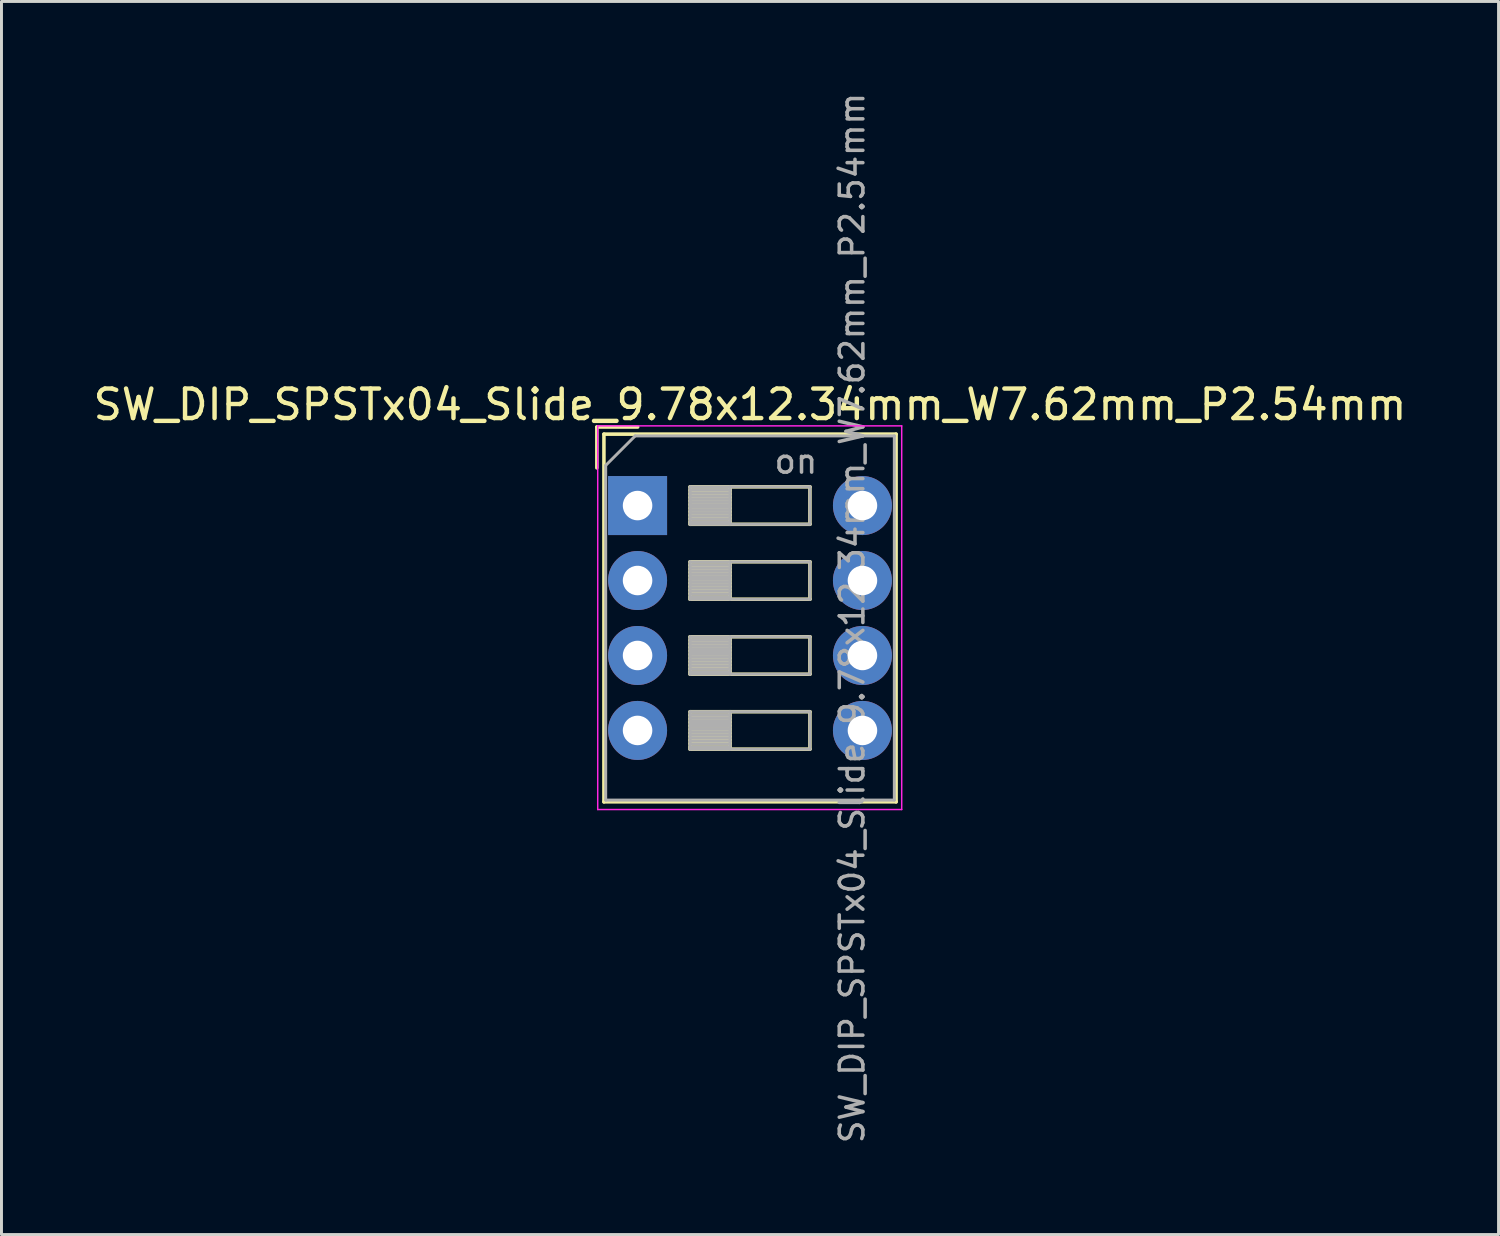
<source format=kicad_pcb>
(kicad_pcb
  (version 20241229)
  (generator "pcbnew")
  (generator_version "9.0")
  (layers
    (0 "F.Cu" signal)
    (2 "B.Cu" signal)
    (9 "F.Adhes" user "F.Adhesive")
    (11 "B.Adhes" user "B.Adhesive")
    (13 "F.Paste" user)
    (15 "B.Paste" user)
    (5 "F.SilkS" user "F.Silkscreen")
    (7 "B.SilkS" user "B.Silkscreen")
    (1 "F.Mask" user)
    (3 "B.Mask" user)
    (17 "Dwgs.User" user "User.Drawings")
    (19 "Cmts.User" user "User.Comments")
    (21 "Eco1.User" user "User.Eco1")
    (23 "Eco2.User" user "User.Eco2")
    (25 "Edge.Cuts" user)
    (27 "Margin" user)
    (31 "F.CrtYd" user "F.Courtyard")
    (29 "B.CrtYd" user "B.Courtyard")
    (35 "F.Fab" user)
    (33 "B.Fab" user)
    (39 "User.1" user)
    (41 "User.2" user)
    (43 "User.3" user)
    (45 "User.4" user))
  (footprint "SW_DIP_SPSTx04_Slide_9.78x12.34mm_W7.62mm_P2.54mm"
    (layer "F.Cu")
    (at 18.553 14.08)
    (property "Reference" "SW_DIP_SPSTx04_Slide_9.78x12.34mm_W7.62mm_P2.54mm" (at 3.81 -3.42 0) (layer "F.SilkS") (effects (font (size 1 1) (thickness 0.15))))
    (attr through_hole)
    (fp_line (start -1.38 -2.66) (end -1.38 -1.277) (stroke (width 0.12) (type solid)) (layer "F.SilkS"))
    (fp_line (start -1.38 -2.66) (end 0.004 -2.66) (stroke (width 0.12) (type solid)) (layer "F.SilkS"))
    (fp_line (start -1.14 -2.42) (end -1.14 10.04) (stroke (width 0.12) (type solid)) (layer "F.SilkS"))
    (fp_line (start -1.14 -2.42) (end 8.76 -2.42) (stroke (width 0.12) (type solid)) (layer "F.SilkS"))
    (fp_line (start -1.14 10.04) (end 8.76 10.04) (stroke (width 0.12) (type solid)) (layer "F.SilkS"))
    (fp_line (start 1.78 -0.635) (end 1.78 0.635) (stroke (width 0.12) (type solid)) (layer "F.SilkS"))
    (fp_line (start 1.78 -0.515) (end 3.133 -0.515) (stroke (width 0.12) (type solid)) (layer "F.SilkS"))
    (fp_line (start 1.78 -0.395) (end 3.133 -0.395) (stroke (width 0.12) (type solid)) (layer "F.SilkS"))
    (fp_line (start 1.78 -0.275) (end 3.133 -0.275) (stroke (width 0.12) (type solid)) (layer "F.SilkS"))
    (fp_line (start 1.78 -0.155) (end 3.133 -0.155) (stroke (width 0.12) (type solid)) (layer "F.SilkS"))
    (fp_line (start 1.78 -0.035) (end 3.133 -0.035) (stroke (width 0.12) (type solid)) (layer "F.SilkS"))
    (fp_line (start 1.78 0.085) (end 3.133 0.085) (stroke (width 0.12) (type solid)) (layer "F.SilkS"))
    (fp_line (start 1.78 0.205) (end 3.133 0.205) (stroke (width 0.12) (type solid)) (layer "F.SilkS"))
    (fp_line (start 1.78 0.325) (end 3.133 0.325) (stroke (width 0.12) (type solid)) (layer "F.SilkS"))
    (fp_line (start 1.78 0.445) (end 3.133 0.445) (stroke (width 0.12) (type solid)) (layer "F.SilkS"))
    (fp_line (start 1.78 0.565) (end 3.133 0.565) (stroke (width 0.12) (type solid)) (layer "F.SilkS"))
    (fp_line (start 1.78 0.635) (end 5.84 0.635) (stroke (width 0.12) (type solid)) (layer "F.SilkS"))
    (fp_line (start 1.78 1.905) (end 1.78 3.175) (stroke (width 0.12) (type solid)) (layer "F.SilkS"))
    (fp_line (start 1.78 2.025) (end 3.133 2.025) (stroke (width 0.12) (type solid)) (layer "F.SilkS"))
    (fp_line (start 1.78 2.145) (end 3.133 2.145) (stroke (width 0.12) (type solid)) (layer "F.SilkS"))
    (fp_line (start 1.78 2.265) (end 3.133 2.265) (stroke (width 0.12) (type solid)) (layer "F.SilkS"))
    (fp_line (start 1.78 2.385) (end 3.133 2.385) (stroke (width 0.12) (type solid)) (layer "F.SilkS"))
    (fp_line (start 1.78 2.505) (end 3.133 2.505) (stroke (width 0.12) (type solid)) (layer "F.SilkS"))
    (fp_line (start 1.78 2.625) (end 3.133 2.625) (stroke (width 0.12) (type solid)) (layer "F.SilkS"))
    (fp_line (start 1.78 2.745) (end 3.133 2.745) (stroke (width 0.12) (type solid)) (layer "F.SilkS"))
    (fp_line (start 1.78 2.865) (end 3.133 2.865) (stroke (width 0.12) (type solid)) (layer "F.SilkS"))
    (fp_line (start 1.78 2.985) (end 3.133 2.985) (stroke (width 0.12) (type solid)) (layer "F.SilkS"))
    (fp_line (start 1.78 3.105) (end 3.133 3.105) (stroke (width 0.12) (type solid)) (layer "F.SilkS"))
    (fp_line (start 1.78 3.175) (end 5.84 3.175) (stroke (width 0.12) (type solid)) (layer "F.SilkS"))
    (fp_line (start 1.78 4.445) (end 1.78 5.715) (stroke (width 0.12) (type solid)) (layer "F.SilkS"))
    (fp_line (start 1.78 4.565) (end 3.133 4.565) (stroke (width 0.12) (type solid)) (layer "F.SilkS"))
    (fp_line (start 1.78 4.685) (end 3.133 4.685) (stroke (width 0.12) (type solid)) (layer "F.SilkS"))
    (fp_line (start 1.78 4.805) (end 3.133 4.805) (stroke (width 0.12) (type solid)) (layer "F.SilkS"))
    (fp_line (start 1.78 4.925) (end 3.133 4.925) (stroke (width 0.12) (type solid)) (layer "F.SilkS"))
    (fp_line (start 1.78 5.045) (end 3.133 5.045) (stroke (width 0.12) (type solid)) (layer "F.SilkS"))
    (fp_line (start 1.78 5.165) (end 3.133 5.165) (stroke (width 0.12) (type solid)) (layer "F.SilkS"))
    (fp_line (start 1.78 5.285) (end 3.133 5.285) (stroke (width 0.12) (type solid)) (layer "F.SilkS"))
    (fp_line (start 1.78 5.405) (end 3.133 5.405) (stroke (width 0.12) (type solid)) (layer "F.SilkS"))
    (fp_line (start 1.78 5.525) (end 3.133 5.525) (stroke (width 0.12) (type solid)) (layer "F.SilkS"))
    (fp_line (start 1.78 5.645) (end 3.133 5.645) (stroke (width 0.12) (type solid)) (layer "F.SilkS"))
    (fp_line (start 1.78 5.715) (end 5.84 5.715) (stroke (width 0.12) (type solid)) (layer "F.SilkS"))
    (fp_line (start 1.78 6.985) (end 1.78 8.255) (stroke (width 0.12) (type solid)) (layer "F.SilkS"))
    (fp_line (start 1.78 7.105) (end 3.133 7.105) (stroke (width 0.12) (type solid)) (layer "F.SilkS"))
    (fp_line (start 1.78 7.225) (end 3.133 7.225) (stroke (width 0.12) (type solid)) (layer "F.SilkS"))
    (fp_line (start 1.78 7.345) (end 3.133 7.345) (stroke (width 0.12) (type solid)) (layer "F.SilkS"))
    (fp_line (start 1.78 7.465) (end 3.133 7.465) (stroke (width 0.12) (type solid)) (layer "F.SilkS"))
    (fp_line (start 1.78 7.585) (end 3.133 7.585) (stroke (width 0.12) (type solid)) (layer "F.SilkS"))
    (fp_line (start 1.78 7.705) (end 3.133 7.705) (stroke (width 0.12) (type solid)) (layer "F.SilkS"))
    (fp_line (start 1.78 7.825) (end 3.133 7.825) (stroke (width 0.12) (type solid)) (layer "F.SilkS"))
    (fp_line (start 1.78 7.945) (end 3.133 7.945) (stroke (width 0.12) (type solid)) (layer "F.SilkS"))
    (fp_line (start 1.78 8.065) (end 3.133 8.065) (stroke (width 0.12) (type solid)) (layer "F.SilkS"))
    (fp_line (start 1.78 8.185) (end 3.133 8.185) (stroke (width 0.12) (type solid)) (layer "F.SilkS"))
    (fp_line (start 1.78 8.255) (end 5.84 8.255) (stroke (width 0.12) (type solid)) (layer "F.SilkS"))
    (fp_line (start 3.133 -0.635) (end 3.133 0.635) (stroke (width 0.12) (type solid)) (layer "F.SilkS"))
    (fp_line (start 3.133 1.905) (end 3.133 3.175) (stroke (width 0.12) (type solid)) (layer "F.SilkS"))
    (fp_line (start 3.133 4.445) (end 3.133 5.715) (stroke (width 0.12) (type solid)) (layer "F.SilkS"))
    (fp_line (start 3.133 6.985) (end 3.133 8.255) (stroke (width 0.12) (type solid)) (layer "F.SilkS"))
    (fp_line (start 5.84 -0.635) (end 1.78 -0.635) (stroke (width 0.12) (type solid)) (layer "F.SilkS"))
    (fp_line (start 5.84 0.635) (end 5.84 -0.635) (stroke (width 0.12) (type solid)) (layer "F.SilkS"))
    (fp_line (start 5.84 1.905) (end 1.78 1.905) (stroke (width 0.12) (type solid)) (layer "F.SilkS"))
    (fp_line (start 5.84 3.175) (end 5.84 1.905) (stroke (width 0.12) (type solid)) (layer "F.SilkS"))
    (fp_line (start 5.84 4.445) (end 1.78 4.445) (stroke (width 0.12) (type solid)) (layer "F.SilkS"))
    (fp_line (start 5.84 5.715) (end 5.84 4.445) (stroke (width 0.12) (type solid)) (layer "F.SilkS"))
    (fp_line (start 5.84 6.985) (end 1.78 6.985) (stroke (width 0.12) (type solid)) (layer "F.SilkS"))
    (fp_line (start 5.84 8.255) (end 5.84 6.985) (stroke (width 0.12) (type solid)) (layer "F.SilkS"))
    (fp_line (start 8.76 -2.42) (end 8.76 10.04) (stroke (width 0.12) (type solid)) (layer "F.SilkS"))
    (fp_line (start -1.35 -2.7) (end -1.35 10.3) (stroke (width 0.05) (type solid)) (layer "F.CrtYd"))
    (fp_line (start -1.35 10.3) (end 8.95 10.3) (stroke (width 0.05) (type solid)) (layer "F.CrtYd"))
    (fp_line (start 8.95 -2.7) (end -1.35 -2.7) (stroke (width 0.05) (type solid)) (layer "F.CrtYd"))
    (fp_line (start 8.95 10.3) (end 8.95 -2.7) (stroke (width 0.05) (type solid)) (layer "F.CrtYd"))
    (fp_line (start -1.08 -1.36) (end -0.08 -2.36) (stroke (width 0.1) (type solid)) (layer "F.Fab"))
    (fp_line (start -1.08 9.98) (end -1.08 -1.36) (stroke (width 0.1) (type solid)) (layer "F.Fab"))
    (fp_line (start -0.08 -2.36) (end 8.7 -2.36) (stroke (width 0.1) (type solid)) (layer "F.Fab"))
    (fp_line (start 1.78 -0.635) (end 1.78 0.635) (stroke (width 0.1) (type solid)) (layer "F.Fab"))
    (fp_line (start 1.78 -0.535) (end 3.133 -0.535) (stroke (width 0.1) (type solid)) (layer "F.Fab"))
    (fp_line (start 1.78 -0.435) (end 3.133 -0.435) (stroke (width 0.1) (type solid)) (layer "F.Fab"))
    (fp_line (start 1.78 -0.335) (end 3.133 -0.335) (stroke (width 0.1) (type solid)) (layer "F.Fab"))
    (fp_line (start 1.78 -0.235) (end 3.133 -0.235) (stroke (width 0.1) (type solid)) (layer "F.Fab"))
    (fp_line (start 1.78 -0.135) (end 3.133 -0.135) (stroke (width 0.1) (type solid)) (layer "F.Fab"))
    (fp_line (start 1.78 -0.035) (end 3.133 -0.035) (stroke (width 0.1) (type solid)) (layer "F.Fab"))
    (fp_line (start 1.78 0.065) (end 3.133 0.065) (stroke (width 0.1) (type solid)) (layer "F.Fab"))
    (fp_line (start 1.78 0.165) (end 3.133 0.165) (stroke (width 0.1) (type solid)) (layer "F.Fab"))
    (fp_line (start 1.78 0.265) (end 3.133 0.265) (stroke (width 0.1) (type solid)) (layer "F.Fab"))
    (fp_line (start 1.78 0.365) (end 3.133 0.365) (stroke (width 0.1) (type solid)) (layer "F.Fab"))
    (fp_line (start 1.78 0.465) (end 3.133 0.465) (stroke (width 0.1) (type solid)) (layer "F.Fab"))
    (fp_line (start 1.78 0.565) (end 3.133 0.565) (stroke (width 0.1) (type solid)) (layer "F.Fab"))
    (fp_line (start 1.78 0.635) (end 5.84 0.635) (stroke (width 0.1) (type solid)) (layer "F.Fab"))
    (fp_line (start 1.78 1.905) (end 1.78 3.175) (stroke (width 0.1) (type solid)) (layer "F.Fab"))
    (fp_line (start 1.78 2.005) (end 3.133 2.005) (stroke (width 0.1) (type solid)) (layer "F.Fab"))
    (fp_line (start 1.78 2.105) (end 3.133 2.105) (stroke (width 0.1) (type solid)) (layer "F.Fab"))
    (fp_line (start 1.78 2.205) (end 3.133 2.205) (stroke (width 0.1) (type solid)) (layer "F.Fab"))
    (fp_line (start 1.78 2.305) (end 3.133 2.305) (stroke (width 0.1) (type solid)) (layer "F.Fab"))
    (fp_line (start 1.78 2.405) (end 3.133 2.405) (stroke (width 0.1) (type solid)) (layer "F.Fab"))
    (fp_line (start 1.78 2.505) (end 3.133 2.505) (stroke (width 0.1) (type solid)) (layer "F.Fab"))
    (fp_line (start 1.78 2.605) (end 3.133 2.605) (stroke (width 0.1) (type solid)) (layer "F.Fab"))
    (fp_line (start 1.78 2.705) (end 3.133 2.705) (stroke (width 0.1) (type solid)) (layer "F.Fab"))
    (fp_line (start 1.78 2.805) (end 3.133 2.805) (stroke (width 0.1) (type solid)) (layer "F.Fab"))
    (fp_line (start 1.78 2.905) (end 3.133 2.905) (stroke (width 0.1) (type solid)) (layer "F.Fab"))
    (fp_line (start 1.78 3.005) (end 3.133 3.005) (stroke (width 0.1) (type solid)) (layer "F.Fab"))
    (fp_line (start 1.78 3.105) (end 3.133 3.105) (stroke (width 0.1) (type solid)) (layer "F.Fab"))
    (fp_line (start 1.78 3.175) (end 5.84 3.175) (stroke (width 0.1) (type solid)) (layer "F.Fab"))
    (fp_line (start 1.78 4.445) (end 1.78 5.715) (stroke (width 0.1) (type solid)) (layer "F.Fab"))
    (fp_line (start 1.78 4.545) (end 3.133 4.545) (stroke (width 0.1) (type solid)) (layer "F.Fab"))
    (fp_line (start 1.78 4.645) (end 3.133 4.645) (stroke (width 0.1) (type solid)) (layer "F.Fab"))
    (fp_line (start 1.78 4.745) (end 3.133 4.745) (stroke (width 0.1) (type solid)) (layer "F.Fab"))
    (fp_line (start 1.78 4.845) (end 3.133 4.845) (stroke (width 0.1) (type solid)) (layer "F.Fab"))
    (fp_line (start 1.78 4.945) (end 3.133 4.945) (stroke (width 0.1) (type solid)) (layer "F.Fab"))
    (fp_line (start 1.78 5.045) (end 3.133 5.045) (stroke (width 0.1) (type solid)) (layer "F.Fab"))
    (fp_line (start 1.78 5.145) (end 3.133 5.145) (stroke (width 0.1) (type solid)) (layer "F.Fab"))
    (fp_line (start 1.78 5.245) (end 3.133 5.245) (stroke (width 0.1) (type solid)) (layer "F.Fab"))
    (fp_line (start 1.78 5.345) (end 3.133 5.345) (stroke (width 0.1) (type solid)) (layer "F.Fab"))
    (fp_line (start 1.78 5.445) (end 3.133 5.445) (stroke (width 0.1) (type solid)) (layer "F.Fab"))
    (fp_line (start 1.78 5.545) (end 3.133 5.545) (stroke (width 0.1) (type solid)) (layer "F.Fab"))
    (fp_line (start 1.78 5.645) (end 3.133 5.645) (stroke (width 0.1) (type solid)) (layer "F.Fab"))
    (fp_line (start 1.78 5.715) (end 5.84 5.715) (stroke (width 0.1) (type solid)) (layer "F.Fab"))
    (fp_line (start 1.78 6.985) (end 1.78 8.255) (stroke (width 0.1) (type solid)) (layer "F.Fab"))
    (fp_line (start 1.78 7.085) (end 3.133 7.085) (stroke (width 0.1) (type solid)) (layer "F.Fab"))
    (fp_line (start 1.78 7.185) (end 3.133 7.185) (stroke (width 0.1) (type solid)) (layer "F.Fab"))
    (fp_line (start 1.78 7.285) (end 3.133 7.285) (stroke (width 0.1) (type solid)) (layer "F.Fab"))
    (fp_line (start 1.78 7.385) (end 3.133 7.385) (stroke (width 0.1) (type solid)) (layer "F.Fab"))
    (fp_line (start 1.78 7.485) (end 3.133 7.485) (stroke (width 0.1) (type solid)) (layer "F.Fab"))
    (fp_line (start 1.78 7.585) (end 3.133 7.585) (stroke (width 0.1) (type solid)) (layer "F.Fab"))
    (fp_line (start 1.78 7.685) (end 3.133 7.685) (stroke (width 0.1) (type solid)) (layer "F.Fab"))
    (fp_line (start 1.78 7.785) (end 3.133 7.785) (stroke (width 0.1) (type solid)) (layer "F.Fab"))
    (fp_line (start 1.78 7.885) (end 3.133 7.885) (stroke (width 0.1) (type solid)) (layer "F.Fab"))
    (fp_line (start 1.78 7.985) (end 3.133 7.985) (stroke (width 0.1) (type solid)) (layer "F.Fab"))
    (fp_line (start 1.78 8.085) (end 3.133 8.085) (stroke (width 0.1) (type solid)) (layer "F.Fab"))
    (fp_line (start 1.78 8.185) (end 3.133 8.185) (stroke (width 0.1) (type solid)) (layer "F.Fab"))
    (fp_line (start 1.78 8.255) (end 5.84 8.255) (stroke (width 0.1) (type solid)) (layer "F.Fab"))
    (fp_line (start 3.133 -0.635) (end 3.133 0.635) (stroke (width 0.1) (type solid)) (layer "F.Fab"))
    (fp_line (start 3.133 1.905) (end 3.133 3.175) (stroke (width 0.1) (type solid)) (layer "F.Fab"))
    (fp_line (start 3.133 4.445) (end 3.133 5.715) (stroke (width 0.1) (type solid)) (layer "F.Fab"))
    (fp_line (start 3.133 6.985) (end 3.133 8.255) (stroke (width 0.1) (type solid)) (layer "F.Fab"))
    (fp_line (start 5.84 -0.635) (end 1.78 -0.635) (stroke (width 0.1) (type solid)) (layer "F.Fab"))
    (fp_line (start 5.84 0.635) (end 5.84 -0.635) (stroke (width 0.1) (type solid)) (layer "F.Fab"))
    (fp_line (start 5.84 1.905) (end 1.78 1.905) (stroke (width 0.1) (type solid)) (layer "F.Fab"))
    (fp_line (start 5.84 3.175) (end 5.84 1.905) (stroke (width 0.1) (type solid)) (layer "F.Fab"))
    (fp_line (start 5.84 4.445) (end 1.78 4.445) (stroke (width 0.1) (type solid)) (layer "F.Fab"))
    (fp_line (start 5.84 5.715) (end 5.84 4.445) (stroke (width 0.1) (type solid)) (layer "F.Fab"))
    (fp_line (start 5.84 6.985) (end 1.78 6.985) (stroke (width 0.1) (type solid)) (layer "F.Fab"))
    (fp_line (start 5.84 8.255) (end 5.84 6.985) (stroke (width 0.1) (type solid)) (layer "F.Fab"))
    (fp_line (start 8.7 -2.36) (end 8.7 9.98) (stroke (width 0.1) (type solid)) (layer "F.Fab"))
    (fp_line (start 8.7 9.98) (end -1.08 9.98) (stroke (width 0.1) (type solid)) (layer "F.Fab"))
    (fp_text user "on" (at 5.365 -1.498 0) (layer "F.Fab") (effects (font (size 0.8 0.8) (thickness 0.12))))
    (fp_text user "${REFERENCE}" (at 7.27 3.81 90) (layer "F.Fab") (effects (font (size 0.8 0.8) (thickness 0.12))))
    (pad "1" thru_hole rect (at 0 0) (size 2 2) (drill 1) (layers "*.Cu" "*.Mask"))
    (pad "2" thru_hole circle (at 0 2.54) (size 2 2) (drill 1) (layers "*.Cu" "*.Mask"))
    (pad "3" thru_hole circle (at 0 5.08) (size 2 2) (drill 1) (layers "*.Cu" "*.Mask"))
    (pad "4" thru_hole circle (at 0 7.62) (size 2 2) (drill 1) (layers "*.Cu" "*.Mask"))
    (pad "5" thru_hole circle (at 7.62 7.62) (size 2 2) (drill 1) (layers "*.Cu" "*.Mask"))
    (pad "6" thru_hole circle (at 7.62 5.08) (size 2 2) (drill 1) (layers "*.Cu" "*.Mask"))
    (pad "7" thru_hole circle (at 7.62 2.54) (size 2 2) (drill 1) (layers "*.Cu" "*.Mask"))
    (pad "8" thru_hole circle (at 7.62 0) (size 2 2) (drill 1) (layers "*.Cu" "*.Mask")))
  (gr_rect
    (start -3 -3)
    (end 47.726 38.781)
    (stroke (width 0.1) (type default))
    (fill no)
    (layer "Edge.Cuts")))
</source>
